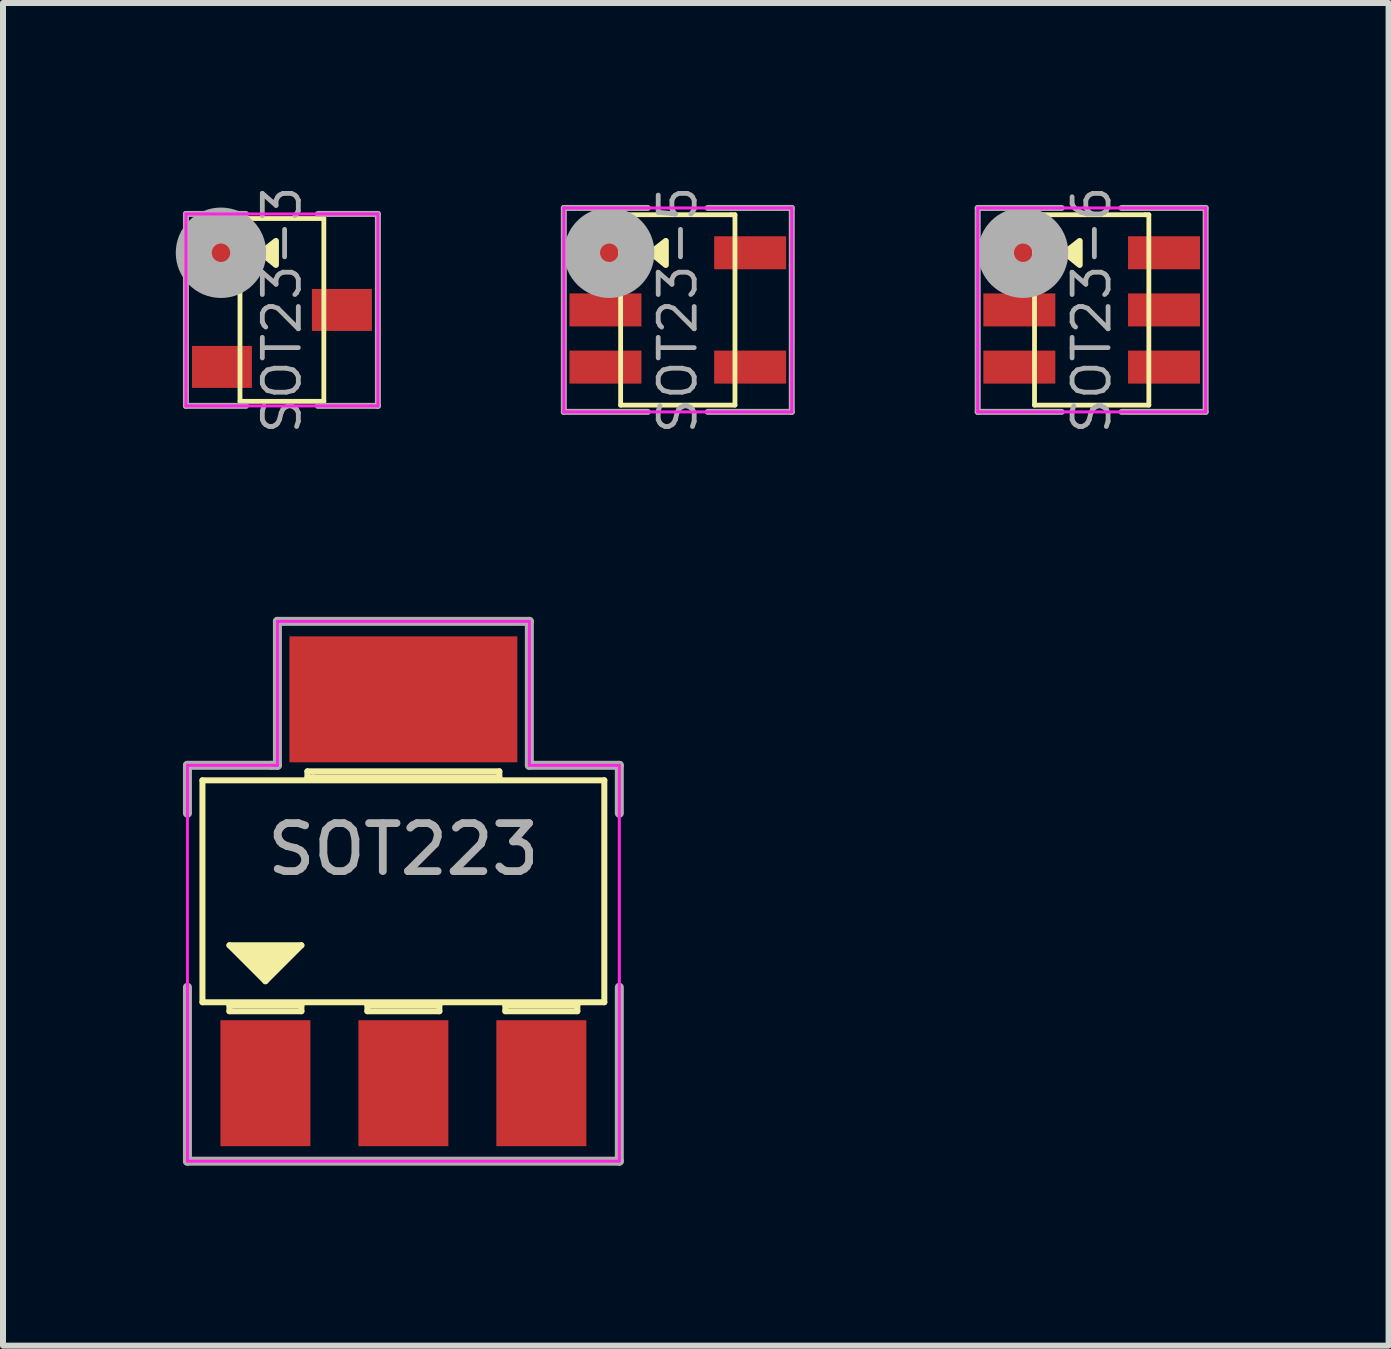
<source format=kicad_pcb>
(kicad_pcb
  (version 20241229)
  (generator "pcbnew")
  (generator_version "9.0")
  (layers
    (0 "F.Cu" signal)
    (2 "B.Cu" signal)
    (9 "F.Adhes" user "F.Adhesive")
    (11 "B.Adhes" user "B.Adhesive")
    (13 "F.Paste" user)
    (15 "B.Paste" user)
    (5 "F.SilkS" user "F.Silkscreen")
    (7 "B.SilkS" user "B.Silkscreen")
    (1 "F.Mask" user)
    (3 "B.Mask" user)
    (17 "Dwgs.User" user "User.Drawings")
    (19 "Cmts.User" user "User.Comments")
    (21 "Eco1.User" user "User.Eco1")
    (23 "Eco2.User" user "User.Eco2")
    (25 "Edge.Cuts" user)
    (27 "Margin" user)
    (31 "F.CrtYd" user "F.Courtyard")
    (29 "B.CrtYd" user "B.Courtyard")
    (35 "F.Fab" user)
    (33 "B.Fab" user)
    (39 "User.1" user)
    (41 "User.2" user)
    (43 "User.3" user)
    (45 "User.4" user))
  (footprint "SOT223"
    (layer "F.Cu")
    (at 3.675 11.809)
    (property "Reference" "SOT223" (at 0 -0.7 0) (layer "F.Fab") (effects (font (size 0.8 0.8) (thickness 0.13))))
    (attr smd)
    (fp_line (start -3.35 -1.85) (end 3.35 -1.85) (stroke (width 0.1) (type solid)) (layer "F.SilkS"))
    (fp_line (start -3.35 1.85) (end -3.35 -1.85) (stroke (width 0.1) (type solid)) (layer "F.SilkS"))
    (fp_line (start -2.9 0.9) (end -1.7 0.9) (stroke (width 0.1) (type solid)) (layer "F.SilkS"))
    (fp_line (start -2.9 1.9) (end -2.9 2) (stroke (width 0.1) (type solid)) (layer "F.SilkS"))
    (fp_line (start -2.9 1.9) (end -1.7 1.9) (stroke (width 0.1) (type solid)) (layer "F.SilkS"))
    (fp_line (start -2.9 2) (end -1.7 2) (stroke (width 0.1) (type solid)) (layer "F.SilkS"))
    (fp_line (start -2.7 1.05) (end -1.9 1.05) (stroke (width 0.12) (type solid)) (layer "F.SilkS"))
    (fp_line (start -2.4 1.3) (end -2.2 1.3) (stroke (width 0.12) (type solid)) (layer "F.SilkS"))
    (fp_line (start -2.3 1.4) (end -2.4 1.3) (stroke (width 0.12) (type solid)) (layer "F.SilkS"))
    (fp_line (start -2.3 1.5) (end -2.9 0.9) (stroke (width 0.1) (type solid)) (layer "F.SilkS"))
    (fp_line (start -2.2 1.3) (end -2.3 1.4) (stroke (width 0.12) (type solid)) (layer "F.SilkS"))
    (fp_line (start -2.1 1.25) (end -2.5 1.25) (stroke (width 0.12) (type solid)) (layer "F.SilkS"))
    (fp_line (start -2 1.15) (end -2.6 1.15) (stroke (width 0.12) (type solid)) (layer "F.SilkS"))
    (fp_line (start -1.8 0.95) (end -2.8 0.95) (stroke (width 0.12) (type solid)) (layer "F.SilkS"))
    (fp_line (start -1.7 0.9) (end -2.3 1.5) (stroke (width 0.1) (type solid)) (layer "F.SilkS"))
    (fp_line (start -1.7 2) (end -1.7 1.9) (stroke (width 0.1) (type solid)) (layer "F.SilkS"))
    (fp_line (start -1.6 -2) (end 1.6 -2) (stroke (width 0.1) (type solid)) (layer "F.SilkS"))
    (fp_line (start -1.6 -1.9) (end -1.6 -2) (stroke (width 0.1) (type solid)) (layer "F.SilkS"))
    (fp_line (start -1.5 -1.9) (end -1.6 -1.9) (stroke (width 0.1) (type solid)) (layer "F.SilkS"))
    (fp_line (start -0.6 1.9) (end -0.6 2) (stroke (width 0.1) (type solid)) (layer "F.SilkS"))
    (fp_line (start -0.6 1.9) (end 0.6 1.9) (stroke (width 0.1) (type solid)) (layer "F.SilkS"))
    (fp_line (start -0.6 2) (end 0.6 2) (stroke (width 0.1) (type solid)) (layer "F.SilkS"))
    (fp_line (start 0.6 2) (end 0.6 1.9) (stroke (width 0.1) (type solid)) (layer "F.SilkS"))
    (fp_line (start 1.6 -2) (end 1.6 -1.9) (stroke (width 0.1) (type solid)) (layer "F.SilkS"))
    (fp_line (start 1.6 -1.9) (end -1.5 -1.9) (stroke (width 0.1) (type solid)) (layer "F.SilkS"))
    (fp_line (start 1.7 1.9) (end 1.7 2) (stroke (width 0.1) (type solid)) (layer "F.SilkS"))
    (fp_line (start 1.7 1.9) (end 2.9 1.9) (stroke (width 0.1) (type solid)) (layer "F.SilkS"))
    (fp_line (start 1.7 2) (end 2.9 2) (stroke (width 0.1) (type solid)) (layer "F.SilkS"))
    (fp_line (start 2.9 2) (end 2.9 1.9) (stroke (width 0.1) (type solid)) (layer "F.SilkS"))
    (fp_line (start 3.35 -1.85) (end 3.35 1.85) (stroke (width 0.1) (type solid)) (layer "F.SilkS"))
    (fp_line (start 3.35 1.85) (end -3.35 1.85) (stroke (width 0.1) (type solid)) (layer "F.SilkS"))
    (fp_line (start -3.6 -2.1) (end -2.1 -2.1) (stroke (width 0.05) (type solid)) (layer "F.CrtYd"))
    (fp_line (start -3.6 4.5) (end -3.6 -2.1) (stroke (width 0.05) (type solid)) (layer "F.CrtYd"))
    (fp_line (start -2.1 -4.5) (end 2.1 -4.5) (stroke (width 0.05) (type solid)) (layer "F.CrtYd"))
    (fp_line (start -2.1 -2.1) (end -2.1 -4.5) (stroke (width 0.05) (type solid)) (layer "F.CrtYd"))
    (fp_line (start 2.1 -4.5) (end 2.1 -2.1) (stroke (width 0.05) (type solid)) (layer "F.CrtYd"))
    (fp_line (start 2.1 -2.1) (end 3.6 -2.1) (stroke (width 0.05) (type solid)) (layer "F.CrtYd"))
    (fp_line (start 3.6 -2.1) (end 3.6 4.5) (stroke (width 0.05) (type solid)) (layer "F.CrtYd"))
    (fp_line (start 3.6 4.5) (end -3.6 4.5) (stroke (width 0.05) (type solid)) (layer "F.CrtYd"))
    (fp_line (start -3.6 -2.1) (end -3.6 -1.3) (stroke (width 0.15) (type solid)) (layer "F.Fab"))
    (fp_line (start -3.6 -2.1) (end -2.2 -2.1) (stroke (width 0.15) (type solid)) (layer "F.Fab"))
    (fp_line (start -3.6 1.6) (end -3.6 4.5) (stroke (width 0.15) (type solid)) (layer "F.Fab"))
    (fp_line (start -3.6 4.5) (end 3.6 4.5) (stroke (width 0.15) (type solid)) (layer "F.Fab"))
    (fp_line (start -2.2 -2.1) (end -2.1 -2.1) (stroke (width 0.15) (type solid)) (layer "F.Fab"))
    (fp_line (start -2.1 -4.5) (end 2.1 -4.5) (stroke (width 0.15) (type solid)) (layer "F.Fab"))
    (fp_line (start -2.1 -2.1) (end -2.1 -4.5) (stroke (width 0.15) (type solid)) (layer "F.Fab"))
    (fp_line (start 2.1 -4.5) (end 2.1 -2.1) (stroke (width 0.15) (type solid)) (layer "F.Fab"))
    (fp_line (start 2.1 -2.1) (end 3.6 -2.1) (stroke (width 0.15) (type solid)) (layer "F.Fab"))
    (fp_line (start 3.6 -2.1) (end 3.6 -1.3) (stroke (width 0.15) (type solid)) (layer "F.Fab"))
    (fp_line (start 3.6 4.5) (end 3.6 1.6) (stroke (width 0.15) (type solid)) (layer "F.Fab"))
    (pad "1" smd rect (at -2.3 3.2 90) (size 2.1 1.5) (layers "F.Cu" "F.Mask" "F.Paste"))
    (pad "2" smd rect (at 0 -3.2 90) (size 2.1 3.8) (layers "F.Cu" "F.Mask" "F.Paste"))
    (pad "2" smd rect (at 0 3.2 90) (size 2.1 1.5) (layers "F.Cu" "F.Mask" "F.Paste"))
    (pad "3" smd rect (at 2.3 3.2 90) (size 2.1 1.5) (layers "F.Cu" "F.Mask" "F.Paste")))
  (footprint "SOT23-6"
    (layer "F.Cu")
    (at 15.15 2.117)
    (property "Reference" "SOT23-6" (at 0 0 270) (layer "F.Fab") (effects (font (size 0.6 0.6) (thickness 0.08))))
    (attr smd)
    (fp_line (start -0.953 -1.587) (end 0.889 -1.587) (stroke (width 0.08) (type solid)) (layer "F.SilkS"))
    (fp_line (start -0.953 1.587) (end -0.953 -1.587) (stroke (width 0.08) (type solid)) (layer "F.SilkS"))
    (fp_line (start 0.889 -1.587) (end 0.953 -1.587) (stroke (width 0.08) (type solid)) (layer "F.SilkS"))
    (fp_line (start 0.953 -1.587) (end 0.953 1.587) (stroke (width 0.08) (type solid)) (layer "F.SilkS"))
    (fp_line (start 0.953 1.587) (end -0.953 1.587) (stroke (width 0.08) (type solid)) (layer "F.SilkS"))
    (fp_poly (pts (xy -0.2 -0.75) (xy -0.45 -0.953) (xy -0.2 -1.15)) (stroke (width 0.1) (type solid)) (fill yes) (layer "F.SilkS"))
    (fp_line (start -1.9 -1.7) (end 1.9 -1.7) (stroke (width 0.05) (type solid)) (layer "F.CrtYd"))
    (fp_line (start -1.9 1.7) (end -1.9 -1.7) (stroke (width 0.05) (type solid)) (layer "F.CrtYd"))
    (fp_line (start 1.9 -1.7) (end 1.9 1.7) (stroke (width 0.05) (type solid)) (layer "F.CrtYd"))
    (fp_line (start 1.9 1.7) (end -1.9 1.7) (stroke (width 0.05) (type solid)) (layer "F.CrtYd"))
    (fp_line (start -1.9 -1.7) (end -1.9 1.7) (stroke (width 0.1) (type solid)) (layer "F.Fab"))
    (fp_line (start -1.9 1.7) (end -0.5 1.7) (stroke (width 0.1) (type solid)) (layer "F.Fab"))
    (fp_line (start -0.5 -1.7) (end -1.9 -1.7) (stroke (width 0.1) (type solid)) (layer "F.Fab"))
    (fp_line (start 0.5 1.7) (end 1.9 1.7) (stroke (width 0.1) (type solid)) (layer "F.Fab"))
    (fp_line (start 1.9 -1.7) (end 0.5 -1.7) (stroke (width 0.1) (type solid)) (layer "F.Fab"))
    (fp_line (start 1.9 1.7) (end 1.9 -1.7) (stroke (width 0.1) (type solid)) (layer "F.Fab"))
    (fp_circle (center -1.143 -0.953) (end -1.143 -0.8) (stroke (width 0.6) (type solid)) (fill no) (layer "F.Fab"))
    (pad "1" smd rect (at -1.206 -0.953) (size 1.2 0.55) (layers "F.Cu" "F.Mask" "F.Paste"))
    (pad "2" smd rect (at -1.206 0) (size 1.2 0.55) (layers "F.Cu" "F.Mask" "F.Paste"))
    (pad "3" smd rect (at -1.206 0.953) (size 1.2 0.55) (layers "F.Cu" "F.Mask" "F.Paste"))
    (pad "4" smd rect (at 1.206 0.953) (size 1.2 0.55) (layers "F.Cu" "F.Mask" "F.Paste"))
    (pad "5" smd rect (at 1.206 0) (size 1.2 0.55) (layers "F.Cu" "F.Mask" "F.Paste"))
    (pad "6" smd rect (at 1.206 -0.953) (size 1.2 0.55) (layers "F.Cu" "F.Mask" "F.Paste")))
  (footprint "SOT23-3"
    (layer "F.Cu")
    (at 1.65 2.117)
    (property "Reference" "SOT23-3" (at 0 0 90) (layer "F.Fab") (effects (font (size 0.6 0.6) (thickness 0.08))))
    (attr smd)
    (fp_line (start -0.699 -1.524) (end 0.699 -1.524) (stroke (width 0.08) (type solid)) (layer "F.SilkS"))
    (fp_line (start -0.699 1.524) (end -0.699 -1.524) (stroke (width 0.08) (type solid)) (layer "F.SilkS"))
    (fp_line (start -0.699 1.524) (end 0.699 1.524) (stroke (width 0.08) (type solid)) (layer "F.SilkS"))
    (fp_line (start 0.699 -1.524) (end 0.699 1.524) (stroke (width 0.08) (type solid)) (layer "F.SilkS"))
    (fp_poly (pts (xy -0.1 -0.75) (xy -0.35 -0.953) (xy -0.1 -1.15)) (stroke (width 0.1) (type solid)) (fill yes) (layer "F.SilkS"))
    (fp_line (start -1.6 -1.6) (end 1.6 -1.6) (stroke (width 0.05) (type solid)) (layer "F.CrtYd"))
    (fp_line (start -1.6 1.6) (end -1.6 -1.6) (stroke (width 0.05) (type solid)) (layer "F.CrtYd"))
    (fp_line (start 1.6 -1.6) (end 1.6 1.6) (stroke (width 0.05) (type solid)) (layer "F.CrtYd"))
    (fp_line (start 1.6 1.6) (end -1.6 1.6) (stroke (width 0.05) (type solid)) (layer "F.CrtYd"))
    (fp_line (start -1.6 -1.6) (end -1.6 1.6) (stroke (width 0.1) (type solid)) (layer "F.Fab"))
    (fp_line (start -1.6 1.6) (end -0.6 1.6) (stroke (width 0.1) (type solid)) (layer "F.Fab"))
    (fp_line (start -0.6 -1.6) (end -1.6 -1.6) (stroke (width 0.1) (type solid)) (layer "F.Fab"))
    (fp_line (start 0.6 1.6) (end 1.6 1.6) (stroke (width 0.1) (type solid)) (layer "F.Fab"))
    (fp_line (start 1.6 -1.6) (end 0.6 -1.6) (stroke (width 0.1) (type solid)) (layer "F.Fab"))
    (fp_line (start 1.6 1.6) (end 1.6 -1.6) (stroke (width 0.1) (type solid)) (layer "F.Fab"))
    (fp_circle (center -1.016 -0.953) (end -1 -0.8) (stroke (width 0.6) (type solid)) (fill no) (layer "F.Fab"))
    (pad "1" smd rect (at -1 -0.95) (size 1 0.7) (layers "F.Cu" "F.Mask" "F.Paste"))
    (pad "2" smd rect (at 1 0) (size 1 0.7) (layers "F.Cu" "F.Mask" "F.Paste"))
    (pad "3" smd rect (at -1 0.95) (size 1 0.7) (layers "F.Cu" "F.Mask" "F.Paste")))
  (footprint "SOT23-5"
    (layer "F.Cu")
    (at 8.25 2.117)
    (property "Reference" "SOT23-5" (at 0 0 270) (layer "F.Fab") (effects (font (size 0.6 0.6) (thickness 0.08))))
    (attr smd)
    (fp_line (start -0.953 -1.587) (end 0.889 -1.587) (stroke (width 0.08) (type solid)) (layer "F.SilkS"))
    (fp_line (start -0.953 1.587) (end -0.953 -1.587) (stroke (width 0.08) (type solid)) (layer "F.SilkS"))
    (fp_line (start 0.889 -1.587) (end 0.953 -1.587) (stroke (width 0.08) (type solid)) (layer "F.SilkS"))
    (fp_line (start 0.953 -1.587) (end 0.953 1.587) (stroke (width 0.08) (type solid)) (layer "F.SilkS"))
    (fp_line (start 0.953 1.587) (end -0.953 1.587) (stroke (width 0.08) (type solid)) (layer "F.SilkS"))
    (fp_poly (pts (xy -0.2 -0.75) (xy -0.45 -0.953) (xy -0.2 -1.15)) (stroke (width 0.1) (type solid)) (fill yes) (layer "F.SilkS"))
    (fp_line (start -1.9 -1.7) (end 1.9 -1.7) (stroke (width 0.05) (type solid)) (layer "F.CrtYd"))
    (fp_line (start -1.9 1.7) (end -1.9 -1.7) (stroke (width 0.05) (type solid)) (layer "F.CrtYd"))
    (fp_line (start 1.9 -1.7) (end 1.9 1.7) (stroke (width 0.05) (type solid)) (layer "F.CrtYd"))
    (fp_line (start 1.9 1.7) (end -1.9 1.7) (stroke (width 0.05) (type solid)) (layer "F.CrtYd"))
    (fp_line (start -1.9 -1.7) (end -1.9 1.7) (stroke (width 0.1) (type solid)) (layer "F.Fab"))
    (fp_line (start -1.9 1.7) (end -0.5 1.7) (stroke (width 0.1) (type solid)) (layer "F.Fab"))
    (fp_line (start -0.5 -1.7) (end -1.9 -1.7) (stroke (width 0.1) (type solid)) (layer "F.Fab"))
    (fp_line (start 0.5 1.7) (end 1.9 1.7) (stroke (width 0.1) (type solid)) (layer "F.Fab"))
    (fp_line (start 1.9 -1.7) (end 0.5 -1.7) (stroke (width 0.1) (type solid)) (layer "F.Fab"))
    (fp_line (start 1.9 1.7) (end 1.9 -1.7) (stroke (width 0.1) (type solid)) (layer "F.Fab"))
    (fp_circle (center -1.143 -0.953) (end -1.143 -0.8) (stroke (width 0.6) (type solid)) (fill no) (layer "F.Fab"))
    (pad "1" smd rect (at -1.206 -0.953) (size 1.2 0.55) (layers "F.Cu" "F.Mask" "F.Paste"))
    (pad "2" smd rect (at -1.206 0) (size 1.2 0.55) (layers "F.Cu" "F.Mask" "F.Paste"))
    (pad "3" smd rect (at -1.206 0.953) (size 1.2 0.55) (layers "F.Cu" "F.Mask" "F.Paste"))
    (pad "4" smd rect (at 1.206 0.953) (size 1.2 0.55) (layers "F.Cu" "F.Mask" "F.Paste"))
    (pad "5" smd rect (at 1.206 -0.953) (size 1.2 0.55) (layers "F.Cu" "F.Mask" "F.Paste")))
  (gr_rect
    (start -3 -3)
    (end 20.1 19.384)
    (stroke (width 0.1) (type default))
    (fill no)
    (layer "Edge.Cuts")))
</source>
